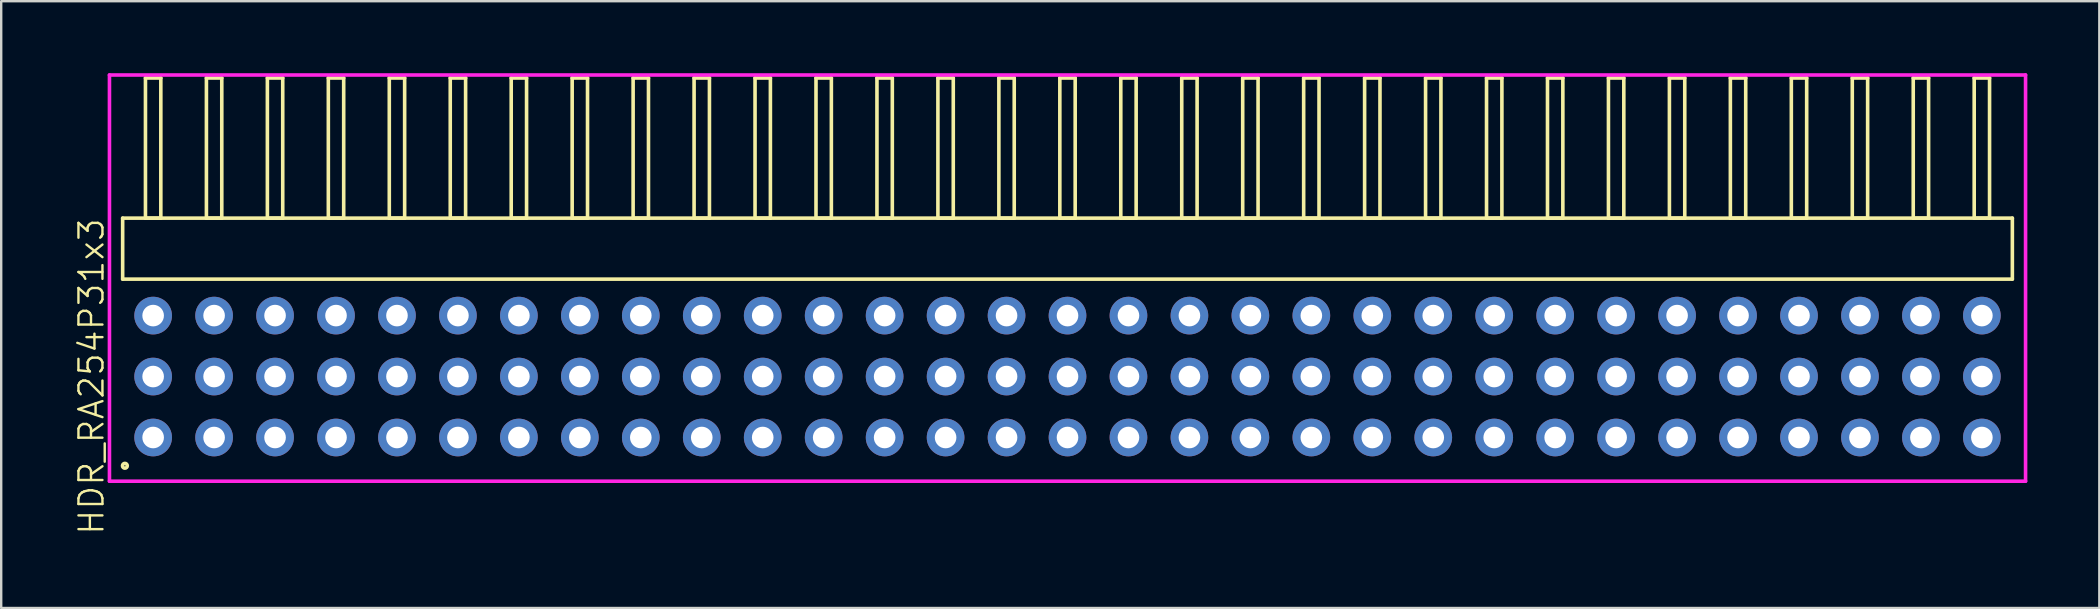
<source format=kicad_pcb>
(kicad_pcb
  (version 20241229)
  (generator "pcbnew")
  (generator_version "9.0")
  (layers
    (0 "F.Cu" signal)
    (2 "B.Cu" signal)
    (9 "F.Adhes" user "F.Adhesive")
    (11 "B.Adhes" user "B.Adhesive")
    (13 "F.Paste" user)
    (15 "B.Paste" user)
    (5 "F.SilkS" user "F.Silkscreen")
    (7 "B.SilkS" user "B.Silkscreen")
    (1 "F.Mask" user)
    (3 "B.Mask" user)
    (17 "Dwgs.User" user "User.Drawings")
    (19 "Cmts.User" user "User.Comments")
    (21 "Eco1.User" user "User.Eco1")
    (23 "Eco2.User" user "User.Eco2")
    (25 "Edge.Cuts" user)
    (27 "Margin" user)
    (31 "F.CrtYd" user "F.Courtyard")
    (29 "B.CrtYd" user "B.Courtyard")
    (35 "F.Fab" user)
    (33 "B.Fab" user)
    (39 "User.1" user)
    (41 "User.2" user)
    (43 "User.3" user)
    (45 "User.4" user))
  (footprint "HDR_RA254P31x3"
    (layer "F.Cu")
    (at 41.431 12.64)
    (property "Reference" "HDR_RA254P31x3" (at -40.67 0 90) (layer "F.SilkS") (effects (font (size 1 1) (thickness 0.1))))
    (attr through_hole)
    (fp_line (start -39.37 -6.6) (end -39.37 -4.06) (stroke (width 0.15) (type solid)) (layer "F.SilkS"))
    (fp_line (start -39.37 -4.06) (end 39.37 -4.06) (stroke (width 0.15) (type solid)) (layer "F.SilkS"))
    (fp_line (start -38.42 -12.44) (end -38.42 -6.6) (stroke (width 0.15) (type solid)) (layer "F.SilkS"))
    (fp_line (start -38.42 -6.6) (end -37.78 -6.6) (stroke (width 0.15) (type solid)) (layer "F.SilkS"))
    (fp_line (start -37.78 -12.44) (end -38.42 -12.44) (stroke (width 0.15) (type solid)) (layer "F.SilkS"))
    (fp_line (start -37.78 -6.6) (end -37.78 -12.44) (stroke (width 0.15) (type solid)) (layer "F.SilkS"))
    (fp_line (start -35.88 -12.44) (end -35.88 -6.6) (stroke (width 0.15) (type solid)) (layer "F.SilkS"))
    (fp_line (start -35.88 -6.6) (end -35.24 -6.6) (stroke (width 0.15) (type solid)) (layer "F.SilkS"))
    (fp_line (start -35.24 -12.44) (end -35.88 -12.44) (stroke (width 0.15) (type solid)) (layer "F.SilkS"))
    (fp_line (start -35.24 -6.6) (end -35.24 -12.44) (stroke (width 0.15) (type solid)) (layer "F.SilkS"))
    (fp_line (start -33.34 -12.44) (end -33.34 -6.6) (stroke (width 0.15) (type solid)) (layer "F.SilkS"))
    (fp_line (start -33.34 -6.6) (end -32.7 -6.6) (stroke (width 0.15) (type solid)) (layer "F.SilkS"))
    (fp_line (start -32.7 -12.44) (end -33.34 -12.44) (stroke (width 0.15) (type solid)) (layer "F.SilkS"))
    (fp_line (start -32.7 -6.6) (end -32.7 -12.44) (stroke (width 0.15) (type solid)) (layer "F.SilkS"))
    (fp_line (start -30.8 -12.44) (end -30.8 -6.6) (stroke (width 0.15) (type solid)) (layer "F.SilkS"))
    (fp_line (start -30.8 -6.6) (end -30.16 -6.6) (stroke (width 0.15) (type solid)) (layer "F.SilkS"))
    (fp_line (start -30.16 -12.44) (end -30.8 -12.44) (stroke (width 0.15) (type solid)) (layer "F.SilkS"))
    (fp_line (start -30.16 -6.6) (end -30.16 -12.44) (stroke (width 0.15) (type solid)) (layer "F.SilkS"))
    (fp_line (start -28.26 -12.44) (end -28.26 -6.6) (stroke (width 0.15) (type solid)) (layer "F.SilkS"))
    (fp_line (start -28.26 -6.6) (end -27.62 -6.6) (stroke (width 0.15) (type solid)) (layer "F.SilkS"))
    (fp_line (start -27.62 -12.44) (end -28.26 -12.44) (stroke (width 0.15) (type solid)) (layer "F.SilkS"))
    (fp_line (start -27.62 -6.6) (end -27.62 -12.44) (stroke (width 0.15) (type solid)) (layer "F.SilkS"))
    (fp_line (start -25.72 -12.44) (end -25.72 -6.6) (stroke (width 0.15) (type solid)) (layer "F.SilkS"))
    (fp_line (start -25.72 -6.6) (end -25.08 -6.6) (stroke (width 0.15) (type solid)) (layer "F.SilkS"))
    (fp_line (start -25.08 -12.44) (end -25.72 -12.44) (stroke (width 0.15) (type solid)) (layer "F.SilkS"))
    (fp_line (start -25.08 -6.6) (end -25.08 -12.44) (stroke (width 0.15) (type solid)) (layer "F.SilkS"))
    (fp_line (start -23.18 -12.44) (end -23.18 -6.6) (stroke (width 0.15) (type solid)) (layer "F.SilkS"))
    (fp_line (start -23.18 -6.6) (end -22.54 -6.6) (stroke (width 0.15) (type solid)) (layer "F.SilkS"))
    (fp_line (start -22.54 -12.44) (end -23.18 -12.44) (stroke (width 0.15) (type solid)) (layer "F.SilkS"))
    (fp_line (start -22.54 -6.6) (end -22.54 -12.44) (stroke (width 0.15) (type solid)) (layer "F.SilkS"))
    (fp_line (start -20.64 -12.44) (end -20.64 -6.6) (stroke (width 0.15) (type solid)) (layer "F.SilkS"))
    (fp_line (start -20.64 -6.6) (end -20 -6.6) (stroke (width 0.15) (type solid)) (layer "F.SilkS"))
    (fp_line (start -20 -12.44) (end -20.64 -12.44) (stroke (width 0.15) (type solid)) (layer "F.SilkS"))
    (fp_line (start -20 -6.6) (end -20 -12.44) (stroke (width 0.15) (type solid)) (layer "F.SilkS"))
    (fp_line (start -18.1 -12.44) (end -18.1 -6.6) (stroke (width 0.15) (type solid)) (layer "F.SilkS"))
    (fp_line (start -18.1 -6.6) (end -17.46 -6.6) (stroke (width 0.15) (type solid)) (layer "F.SilkS"))
    (fp_line (start -17.46 -12.44) (end -18.1 -12.44) (stroke (width 0.15) (type solid)) (layer "F.SilkS"))
    (fp_line (start -17.46 -6.6) (end -17.46 -12.44) (stroke (width 0.15) (type solid)) (layer "F.SilkS"))
    (fp_line (start -15.56 -12.44) (end -15.56 -6.6) (stroke (width 0.15) (type solid)) (layer "F.SilkS"))
    (fp_line (start -15.56 -6.6) (end -14.92 -6.6) (stroke (width 0.15) (type solid)) (layer "F.SilkS"))
    (fp_line (start -14.92 -12.44) (end -15.56 -12.44) (stroke (width 0.15) (type solid)) (layer "F.SilkS"))
    (fp_line (start -14.92 -6.6) (end -14.92 -12.44) (stroke (width 0.15) (type solid)) (layer "F.SilkS"))
    (fp_line (start -13.02 -12.44) (end -13.02 -6.6) (stroke (width 0.15) (type solid)) (layer "F.SilkS"))
    (fp_line (start -13.02 -6.6) (end -12.38 -6.6) (stroke (width 0.15) (type solid)) (layer "F.SilkS"))
    (fp_line (start -12.38 -12.44) (end -13.02 -12.44) (stroke (width 0.15) (type solid)) (layer "F.SilkS"))
    (fp_line (start -12.38 -6.6) (end -12.38 -12.44) (stroke (width 0.15) (type solid)) (layer "F.SilkS"))
    (fp_line (start -10.48 -12.44) (end -10.48 -6.6) (stroke (width 0.15) (type solid)) (layer "F.SilkS"))
    (fp_line (start -10.48 -6.6) (end -9.84 -6.6) (stroke (width 0.15) (type solid)) (layer "F.SilkS"))
    (fp_line (start -9.84 -12.44) (end -10.48 -12.44) (stroke (width 0.15) (type solid)) (layer "F.SilkS"))
    (fp_line (start -9.84 -6.6) (end -9.84 -12.44) (stroke (width 0.15) (type solid)) (layer "F.SilkS"))
    (fp_line (start -7.94 -12.44) (end -7.94 -6.6) (stroke (width 0.15) (type solid)) (layer "F.SilkS"))
    (fp_line (start -7.94 -6.6) (end -7.3 -6.6) (stroke (width 0.15) (type solid)) (layer "F.SilkS"))
    (fp_line (start -7.3 -12.44) (end -7.94 -12.44) (stroke (width 0.15) (type solid)) (layer "F.SilkS"))
    (fp_line (start -7.3 -6.6) (end -7.3 -12.44) (stroke (width 0.15) (type solid)) (layer "F.SilkS"))
    (fp_line (start -5.4 -12.44) (end -5.4 -6.6) (stroke (width 0.15) (type solid)) (layer "F.SilkS"))
    (fp_line (start -5.4 -6.6) (end -4.76 -6.6) (stroke (width 0.15) (type solid)) (layer "F.SilkS"))
    (fp_line (start -4.76 -12.44) (end -5.4 -12.44) (stroke (width 0.15) (type solid)) (layer "F.SilkS"))
    (fp_line (start -4.76 -6.6) (end -4.76 -12.44) (stroke (width 0.15) (type solid)) (layer "F.SilkS"))
    (fp_line (start -2.86 -12.44) (end -2.86 -6.6) (stroke (width 0.15) (type solid)) (layer "F.SilkS"))
    (fp_line (start -2.86 -6.6) (end -2.22 -6.6) (stroke (width 0.15) (type solid)) (layer "F.SilkS"))
    (fp_line (start -2.22 -12.44) (end -2.86 -12.44) (stroke (width 0.15) (type solid)) (layer "F.SilkS"))
    (fp_line (start -2.22 -6.6) (end -2.22 -12.44) (stroke (width 0.15) (type solid)) (layer "F.SilkS"))
    (fp_line (start -0.32 -12.44) (end -0.32 -6.6) (stroke (width 0.15) (type solid)) (layer "F.SilkS"))
    (fp_line (start -0.32 -6.6) (end 0.32 -6.6) (stroke (width 0.15) (type solid)) (layer "F.SilkS"))
    (fp_line (start 0.32 -12.44) (end -0.32 -12.44) (stroke (width 0.15) (type solid)) (layer "F.SilkS"))
    (fp_line (start 0.32 -6.6) (end 0.32 -12.44) (stroke (width 0.15) (type solid)) (layer "F.SilkS"))
    (fp_line (start 2.22 -12.44) (end 2.22 -6.6) (stroke (width 0.15) (type solid)) (layer "F.SilkS"))
    (fp_line (start 2.22 -6.6) (end 2.86 -6.6) (stroke (width 0.15) (type solid)) (layer "F.SilkS"))
    (fp_line (start 2.86 -12.44) (end 2.22 -12.44) (stroke (width 0.15) (type solid)) (layer "F.SilkS"))
    (fp_line (start 2.86 -6.6) (end 2.86 -12.44) (stroke (width 0.15) (type solid)) (layer "F.SilkS"))
    (fp_line (start 4.76 -12.44) (end 4.76 -6.6) (stroke (width 0.15) (type solid)) (layer "F.SilkS"))
    (fp_line (start 4.76 -6.6) (end 5.4 -6.6) (stroke (width 0.15) (type solid)) (layer "F.SilkS"))
    (fp_line (start 5.4 -12.44) (end 4.76 -12.44) (stroke (width 0.15) (type solid)) (layer "F.SilkS"))
    (fp_line (start 5.4 -6.6) (end 5.4 -12.44) (stroke (width 0.15) (type solid)) (layer "F.SilkS"))
    (fp_line (start 7.3 -12.44) (end 7.3 -6.6) (stroke (width 0.15) (type solid)) (layer "F.SilkS"))
    (fp_line (start 7.3 -6.6) (end 7.94 -6.6) (stroke (width 0.15) (type solid)) (layer "F.SilkS"))
    (fp_line (start 7.94 -12.44) (end 7.3 -12.44) (stroke (width 0.15) (type solid)) (layer "F.SilkS"))
    (fp_line (start 7.94 -6.6) (end 7.94 -12.44) (stroke (width 0.15) (type solid)) (layer "F.SilkS"))
    (fp_line (start 9.84 -12.44) (end 9.84 -6.6) (stroke (width 0.15) (type solid)) (layer "F.SilkS"))
    (fp_line (start 9.84 -6.6) (end 10.48 -6.6) (stroke (width 0.15) (type solid)) (layer "F.SilkS"))
    (fp_line (start 10.48 -12.44) (end 9.84 -12.44) (stroke (width 0.15) (type solid)) (layer "F.SilkS"))
    (fp_line (start 10.48 -6.6) (end 10.48 -12.44) (stroke (width 0.15) (type solid)) (layer "F.SilkS"))
    (fp_line (start 12.38 -12.44) (end 12.38 -6.6) (stroke (width 0.15) (type solid)) (layer "F.SilkS"))
    (fp_line (start 12.38 -6.6) (end 13.02 -6.6) (stroke (width 0.15) (type solid)) (layer "F.SilkS"))
    (fp_line (start 13.02 -12.44) (end 12.38 -12.44) (stroke (width 0.15) (type solid)) (layer "F.SilkS"))
    (fp_line (start 13.02 -6.6) (end 13.02 -12.44) (stroke (width 0.15) (type solid)) (layer "F.SilkS"))
    (fp_line (start 14.92 -12.44) (end 14.92 -6.6) (stroke (width 0.15) (type solid)) (layer "F.SilkS"))
    (fp_line (start 14.92 -6.6) (end 15.56 -6.6) (stroke (width 0.15) (type solid)) (layer "F.SilkS"))
    (fp_line (start 15.56 -12.44) (end 14.92 -12.44) (stroke (width 0.15) (type solid)) (layer "F.SilkS"))
    (fp_line (start 15.56 -6.6) (end 15.56 -12.44) (stroke (width 0.15) (type solid)) (layer "F.SilkS"))
    (fp_line (start 17.46 -12.44) (end 17.46 -6.6) (stroke (width 0.15) (type solid)) (layer "F.SilkS"))
    (fp_line (start 17.46 -6.6) (end 18.1 -6.6) (stroke (width 0.15) (type solid)) (layer "F.SilkS"))
    (fp_line (start 18.1 -12.44) (end 17.46 -12.44) (stroke (width 0.15) (type solid)) (layer "F.SilkS"))
    (fp_line (start 18.1 -6.6) (end 18.1 -12.44) (stroke (width 0.15) (type solid)) (layer "F.SilkS"))
    (fp_line (start 20 -12.44) (end 20 -6.6) (stroke (width 0.15) (type solid)) (layer "F.SilkS"))
    (fp_line (start 20 -6.6) (end 20.64 -6.6) (stroke (width 0.15) (type solid)) (layer "F.SilkS"))
    (fp_line (start 20.64 -12.44) (end 20 -12.44) (stroke (width 0.15) (type solid)) (layer "F.SilkS"))
    (fp_line (start 20.64 -6.6) (end 20.64 -12.44) (stroke (width 0.15) (type solid)) (layer "F.SilkS"))
    (fp_line (start 22.54 -12.44) (end 22.54 -6.6) (stroke (width 0.15) (type solid)) (layer "F.SilkS"))
    (fp_line (start 22.54 -6.6) (end 23.18 -6.6) (stroke (width 0.15) (type solid)) (layer "F.SilkS"))
    (fp_line (start 23.18 -12.44) (end 22.54 -12.44) (stroke (width 0.15) (type solid)) (layer "F.SilkS"))
    (fp_line (start 23.18 -6.6) (end 23.18 -12.44) (stroke (width 0.15) (type solid)) (layer "F.SilkS"))
    (fp_line (start 25.08 -12.44) (end 25.08 -6.6) (stroke (width 0.15) (type solid)) (layer "F.SilkS"))
    (fp_line (start 25.08 -6.6) (end 25.72 -6.6) (stroke (width 0.15) (type solid)) (layer "F.SilkS"))
    (fp_line (start 25.72 -12.44) (end 25.08 -12.44) (stroke (width 0.15) (type solid)) (layer "F.SilkS"))
    (fp_line (start 25.72 -6.6) (end 25.72 -12.44) (stroke (width 0.15) (type solid)) (layer "F.SilkS"))
    (fp_line (start 27.62 -12.44) (end 27.62 -6.6) (stroke (width 0.15) (type solid)) (layer "F.SilkS"))
    (fp_line (start 27.62 -6.6) (end 28.26 -6.6) (stroke (width 0.15) (type solid)) (layer "F.SilkS"))
    (fp_line (start 28.26 -12.44) (end 27.62 -12.44) (stroke (width 0.15) (type solid)) (layer "F.SilkS"))
    (fp_line (start 28.26 -6.6) (end 28.26 -12.44) (stroke (width 0.15) (type solid)) (layer "F.SilkS"))
    (fp_line (start 30.16 -12.44) (end 30.16 -6.6) (stroke (width 0.15) (type solid)) (layer "F.SilkS"))
    (fp_line (start 30.16 -6.6) (end 30.8 -6.6) (stroke (width 0.15) (type solid)) (layer "F.SilkS"))
    (fp_line (start 30.8 -12.44) (end 30.16 -12.44) (stroke (width 0.15) (type solid)) (layer "F.SilkS"))
    (fp_line (start 30.8 -6.6) (end 30.8 -12.44) (stroke (width 0.15) (type solid)) (layer "F.SilkS"))
    (fp_line (start 32.7 -12.44) (end 32.7 -6.6) (stroke (width 0.15) (type solid)) (layer "F.SilkS"))
    (fp_line (start 32.7 -6.6) (end 33.34 -6.6) (stroke (width 0.15) (type solid)) (layer "F.SilkS"))
    (fp_line (start 33.34 -12.44) (end 32.7 -12.44) (stroke (width 0.15) (type solid)) (layer "F.SilkS"))
    (fp_line (start 33.34 -6.6) (end 33.34 -12.44) (stroke (width 0.15) (type solid)) (layer "F.SilkS"))
    (fp_line (start 35.24 -12.44) (end 35.24 -6.6) (stroke (width 0.15) (type solid)) (layer "F.SilkS"))
    (fp_line (start 35.24 -6.6) (end 35.88 -6.6) (stroke (width 0.15) (type solid)) (layer "F.SilkS"))
    (fp_line (start 35.88 -12.44) (end 35.24 -12.44) (stroke (width 0.15) (type solid)) (layer "F.SilkS"))
    (fp_line (start 35.88 -6.6) (end 35.88 -12.44) (stroke (width 0.15) (type solid)) (layer "F.SilkS"))
    (fp_line (start 37.78 -12.44) (end 37.78 -6.6) (stroke (width 0.15) (type solid)) (layer "F.SilkS"))
    (fp_line (start 37.78 -6.6) (end 38.42 -6.6) (stroke (width 0.15) (type solid)) (layer "F.SilkS"))
    (fp_line (start 38.42 -12.44) (end 37.78 -12.44) (stroke (width 0.15) (type solid)) (layer "F.SilkS"))
    (fp_line (start 38.42 -6.6) (end 38.42 -12.44) (stroke (width 0.15) (type solid)) (layer "F.SilkS"))
    (fp_line (start 39.37 -6.6) (end -39.37 -6.6) (stroke (width 0.15) (type solid)) (layer "F.SilkS"))
    (fp_line (start 39.37 -4.06) (end 39.37 -6.6) (stroke (width 0.15) (type solid)) (layer "F.SilkS"))
    (fp_circle (center -39.277 3.718) (end -39.177 3.718) (stroke (width 0.15) (type solid)) (fill no) (layer "F.SilkS"))
    (fp_line (start -39.92 -12.565) (end -39.92 4.36) (stroke (width 0.15) (type solid)) (layer "F.CrtYd"))
    (fp_line (start -39.92 4.36) (end 39.92 4.36) (stroke (width 0.15) (type solid)) (layer "F.CrtYd"))
    (fp_line (start 39.92 -12.565) (end -39.92 -12.565) (stroke (width 0.15) (type solid)) (layer "F.CrtYd"))
    (fp_line (start 39.92 4.36) (end 39.92 -12.565) (stroke (width 0.15) (type solid)) (layer "F.CrtYd"))
    (pad "1" thru_hole oval (at -38.1 2.54) (size 1.57 1.57) (drill 0.9) (layers "*.Cu" "*.Mask"))
    (pad "2" thru_hole oval (at -38.1 0) (size 1.57 1.57) (drill 0.9) (layers "*.Cu" "*.Mask"))
    (pad "3" thru_hole oval (at -38.1 -2.54) (size 1.57 1.57) (drill 0.9) (layers "*.Cu" "*.Mask"))
    (pad "4" thru_hole oval (at -35.56 2.54) (size 1.57 1.57) (drill 0.9) (layers "*.Cu" "*.Mask"))
    (pad "5" thru_hole oval (at -35.56 0) (size 1.57 1.57) (drill 0.9) (layers "*.Cu" "*.Mask"))
    (pad "6" thru_hole oval (at -35.56 -2.54) (size 1.57 1.57) (drill 0.9) (layers "*.Cu" "*.Mask"))
    (pad "7" thru_hole oval (at -33.02 2.54) (size 1.57 1.57) (drill 0.9) (layers "*.Cu" "*.Mask"))
    (pad "8" thru_hole oval (at -33.02 0) (size 1.57 1.57) (drill 0.9) (layers "*.Cu" "*.Mask"))
    (pad "9" thru_hole oval (at -33.02 -2.54) (size 1.57 1.57) (drill 0.9) (layers "*.Cu" "*.Mask"))
    (pad "10" thru_hole oval (at -30.48 2.54) (size 1.57 1.57) (drill 0.9) (layers "*.Cu" "*.Mask"))
    (pad "11" thru_hole oval (at -30.48 0) (size 1.57 1.57) (drill 0.9) (layers "*.Cu" "*.Mask"))
    (pad "12" thru_hole oval (at -30.48 -2.54) (size 1.57 1.57) (drill 0.9) (layers "*.Cu" "*.Mask"))
    (pad "13" thru_hole oval (at -27.94 2.54) (size 1.57 1.57) (drill 0.9) (layers "*.Cu" "*.Mask"))
    (pad "14" thru_hole oval (at -27.94 0) (size 1.57 1.57) (drill 0.9) (layers "*.Cu" "*.Mask"))
    (pad "15" thru_hole oval (at -27.94 -2.54) (size 1.57 1.57) (drill 0.9) (layers "*.Cu" "*.Mask"))
    (pad "16" thru_hole oval (at -25.4 2.54) (size 1.57 1.57) (drill 0.9) (layers "*.Cu" "*.Mask"))
    (pad "17" thru_hole oval (at -25.4 0) (size 1.57 1.57) (drill 0.9) (layers "*.Cu" "*.Mask"))
    (pad "18" thru_hole oval (at -25.4 -2.54) (size 1.57 1.57) (drill 0.9) (layers "*.Cu" "*.Mask"))
    (pad "19" thru_hole oval (at -22.86 2.54) (size 1.57 1.57) (drill 0.9) (layers "*.Cu" "*.Mask"))
    (pad "20" thru_hole oval (at -22.86 0) (size 1.57 1.57) (drill 0.9) (layers "*.Cu" "*.Mask"))
    (pad "21" thru_hole oval (at -22.86 -2.54) (size 1.57 1.57) (drill 0.9) (layers "*.Cu" "*.Mask"))
    (pad "22" thru_hole oval (at -20.32 2.54) (size 1.57 1.57) (drill 0.9) (layers "*.Cu" "*.Mask"))
    (pad "23" thru_hole oval (at -20.32 0) (size 1.57 1.57) (drill 0.9) (layers "*.Cu" "*.Mask"))
    (pad "24" thru_hole oval (at -20.32 -2.54) (size 1.57 1.57) (drill 0.9) (layers "*.Cu" "*.Mask"))
    (pad "25" thru_hole oval (at -17.78 2.54) (size 1.57 1.57) (drill 0.9) (layers "*.Cu" "*.Mask"))
    (pad "26" thru_hole oval (at -17.78 0) (size 1.57 1.57) (drill 0.9) (layers "*.Cu" "*.Mask"))
    (pad "27" thru_hole oval (at -17.78 -2.54) (size 1.57 1.57) (drill 0.9) (layers "*.Cu" "*.Mask"))
    (pad "28" thru_hole oval (at -15.24 2.54) (size 1.57 1.57) (drill 0.9) (layers "*.Cu" "*.Mask"))
    (pad "29" thru_hole oval (at -15.24 0) (size 1.57 1.57) (drill 0.9) (layers "*.Cu" "*.Mask"))
    (pad "30" thru_hole oval (at -15.24 -2.54) (size 1.57 1.57) (drill 0.9) (layers "*.Cu" "*.Mask"))
    (pad "31" thru_hole oval (at -12.7 2.54) (size 1.57 1.57) (drill 0.9) (layers "*.Cu" "*.Mask"))
    (pad "32" thru_hole oval (at -12.7 0) (size 1.57 1.57) (drill 0.9) (layers "*.Cu" "*.Mask"))
    (pad "33" thru_hole oval (at -12.7 -2.54) (size 1.57 1.57) (drill 0.9) (layers "*.Cu" "*.Mask"))
    (pad "34" thru_hole oval (at -10.16 2.54) (size 1.57 1.57) (drill 0.9) (layers "*.Cu" "*.Mask"))
    (pad "35" thru_hole oval (at -10.16 0) (size 1.57 1.57) (drill 0.9) (layers "*.Cu" "*.Mask"))
    (pad "36" thru_hole oval (at -10.16 -2.54) (size 1.57 1.57) (drill 0.9) (layers "*.Cu" "*.Mask"))
    (pad "37" thru_hole oval (at -7.62 2.54) (size 1.57 1.57) (drill 0.9) (layers "*.Cu" "*.Mask"))
    (pad "38" thru_hole oval (at -7.62 0) (size 1.57 1.57) (drill 0.9) (layers "*.Cu" "*.Mask"))
    (pad "39" thru_hole oval (at -7.62 -2.54) (size 1.57 1.57) (drill 0.9) (layers "*.Cu" "*.Mask"))
    (pad "40" thru_hole oval (at -5.08 2.54) (size 1.57 1.57) (drill 0.9) (layers "*.Cu" "*.Mask"))
    (pad "41" thru_hole oval (at -5.08 0) (size 1.57 1.57) (drill 0.9) (layers "*.Cu" "*.Mask"))
    (pad "42" thru_hole oval (at -5.08 -2.54) (size 1.57 1.57) (drill 0.9) (layers "*.Cu" "*.Mask"))
    (pad "43" thru_hole oval (at -2.54 2.54) (size 1.57 1.57) (drill 0.9) (layers "*.Cu" "*.Mask"))
    (pad "44" thru_hole oval (at -2.54 0) (size 1.57 1.57) (drill 0.9) (layers "*.Cu" "*.Mask"))
    (pad "45" thru_hole oval (at -2.54 -2.54) (size 1.57 1.57) (drill 0.9) (layers "*.Cu" "*.Mask"))
    (pad "46" thru_hole oval (at 0 2.54) (size 1.57 1.57) (drill 0.9) (layers "*.Cu" "*.Mask"))
    (pad "47" thru_hole oval (at 0 0) (size 1.57 1.57) (drill 0.9) (layers "*.Cu" "*.Mask"))
    (pad "48" thru_hole oval (at 0 -2.54) (size 1.57 1.57) (drill 0.9) (layers "*.Cu" "*.Mask"))
    (pad "49" thru_hole oval (at 2.54 2.54) (size 1.57 1.57) (drill 0.9) (layers "*.Cu" "*.Mask"))
    (pad "50" thru_hole oval (at 2.54 0) (size 1.57 1.57) (drill 0.9) (layers "*.Cu" "*.Mask"))
    (pad "51" thru_hole oval (at 2.54 -2.54) (size 1.57 1.57) (drill 0.9) (layers "*.Cu" "*.Mask"))
    (pad "52" thru_hole oval (at 5.08 2.54) (size 1.57 1.57) (drill 0.9) (layers "*.Cu" "*.Mask"))
    (pad "53" thru_hole oval (at 5.08 0) (size 1.57 1.57) (drill 0.9) (layers "*.Cu" "*.Mask"))
    (pad "54" thru_hole oval (at 5.08 -2.54) (size 1.57 1.57) (drill 0.9) (layers "*.Cu" "*.Mask"))
    (pad "55" thru_hole oval (at 7.62 2.54) (size 1.57 1.57) (drill 0.9) (layers "*.Cu" "*.Mask"))
    (pad "56" thru_hole oval (at 7.62 0) (size 1.57 1.57) (drill 0.9) (layers "*.Cu" "*.Mask"))
    (pad "57" thru_hole oval (at 7.62 -2.54) (size 1.57 1.57) (drill 0.9) (layers "*.Cu" "*.Mask"))
    (pad "58" thru_hole oval (at 10.16 2.54) (size 1.57 1.57) (drill 0.9) (layers "*.Cu" "*.Mask"))
    (pad "59" thru_hole oval (at 10.16 0) (size 1.57 1.57) (drill 0.9) (layers "*.Cu" "*.Mask"))
    (pad "60" thru_hole oval (at 10.16 -2.54) (size 1.57 1.57) (drill 0.9) (layers "*.Cu" "*.Mask"))
    (pad "61" thru_hole oval (at 12.7 2.54) (size 1.57 1.57) (drill 0.9) (layers "*.Cu" "*.Mask"))
    (pad "62" thru_hole oval (at 12.7 0) (size 1.57 1.57) (drill 0.9) (layers "*.Cu" "*.Mask"))
    (pad "63" thru_hole oval (at 12.7 -2.54) (size 1.57 1.57) (drill 0.9) (layers "*.Cu" "*.Mask"))
    (pad "64" thru_hole oval (at 15.24 2.54) (size 1.57 1.57) (drill 0.9) (layers "*.Cu" "*.Mask"))
    (pad "65" thru_hole oval (at 15.24 0) (size 1.57 1.57) (drill 0.9) (layers "*.Cu" "*.Mask"))
    (pad "66" thru_hole oval (at 15.24 -2.54) (size 1.57 1.57) (drill 0.9) (layers "*.Cu" "*.Mask"))
    (pad "67" thru_hole oval (at 17.78 2.54) (size 1.57 1.57) (drill 0.9) (layers "*.Cu" "*.Mask"))
    (pad "68" thru_hole oval (at 17.78 0) (size 1.57 1.57) (drill 0.9) (layers "*.Cu" "*.Mask"))
    (pad "69" thru_hole oval (at 17.78 -2.54) (size 1.57 1.57) (drill 0.9) (layers "*.Cu" "*.Mask"))
    (pad "70" thru_hole oval (at 20.32 2.54) (size 1.57 1.57) (drill 0.9) (layers "*.Cu" "*.Mask"))
    (pad "71" thru_hole oval (at 20.32 0) (size 1.57 1.57) (drill 0.9) (layers "*.Cu" "*.Mask"))
    (pad "72" thru_hole oval (at 20.32 -2.54) (size 1.57 1.57) (drill 0.9) (layers "*.Cu" "*.Mask"))
    (pad "73" thru_hole oval (at 22.86 2.54) (size 1.57 1.57) (drill 0.9) (layers "*.Cu" "*.Mask"))
    (pad "74" thru_hole oval (at 22.86 0) (size 1.57 1.57) (drill 0.9) (layers "*.Cu" "*.Mask"))
    (pad "75" thru_hole oval (at 22.86 -2.54) (size 1.57 1.57) (drill 0.9) (layers "*.Cu" "*.Mask"))
    (pad "76" thru_hole oval (at 25.4 2.54) (size 1.57 1.57) (drill 0.9) (layers "*.Cu" "*.Mask"))
    (pad "77" thru_hole oval (at 25.4 0) (size 1.57 1.57) (drill 0.9) (layers "*.Cu" "*.Mask"))
    (pad "78" thru_hole oval (at 25.4 -2.54) (size 1.57 1.57) (drill 0.9) (layers "*.Cu" "*.Mask"))
    (pad "79" thru_hole oval (at 27.94 2.54) (size 1.57 1.57) (drill 0.9) (layers "*.Cu" "*.Mask"))
    (pad "80" thru_hole oval (at 27.94 0) (size 1.57 1.57) (drill 0.9) (layers "*.Cu" "*.Mask"))
    (pad "81" thru_hole oval (at 27.94 -2.54) (size 1.57 1.57) (drill 0.9) (layers "*.Cu" "*.Mask"))
    (pad "82" thru_hole oval (at 30.48 2.54) (size 1.57 1.57) (drill 0.9) (layers "*.Cu" "*.Mask"))
    (pad "83" thru_hole oval (at 30.48 0) (size 1.57 1.57) (drill 0.9) (layers "*.Cu" "*.Mask"))
    (pad "84" thru_hole oval (at 30.48 -2.54) (size 1.57 1.57) (drill 0.9) (layers "*.Cu" "*.Mask"))
    (pad "85" thru_hole oval (at 33.02 2.54) (size 1.57 1.57) (drill 0.9) (layers "*.Cu" "*.Mask"))
    (pad "86" thru_hole oval (at 33.02 0) (size 1.57 1.57) (drill 0.9) (layers "*.Cu" "*.Mask"))
    (pad "87" thru_hole oval (at 33.02 -2.54) (size 1.57 1.57) (drill 0.9) (layers "*.Cu" "*.Mask"))
    (pad "88" thru_hole oval (at 35.56 2.54) (size 1.57 1.57) (drill 0.9) (layers "*.Cu" "*.Mask"))
    (pad "89" thru_hole oval (at 35.56 0) (size 1.57 1.57) (drill 0.9) (layers "*.Cu" "*.Mask"))
    (pad "90" thru_hole oval (at 35.56 -2.54) (size 1.57 1.57) (drill 0.9) (layers "*.Cu" "*.Mask"))
    (pad "91" thru_hole oval (at 38.1 2.54) (size 1.57 1.57) (drill 0.9) (layers "*.Cu" "*.Mask"))
    (pad "92" thru_hole oval (at 38.1 0) (size 1.57 1.57) (drill 0.9) (layers "*.Cu" "*.Mask"))
    (pad "93" thru_hole oval (at 38.1 -2.54) (size 1.57 1.57) (drill 0.9) (layers "*.Cu" "*.Mask")))
  (gr_rect
    (start -3 -3)
    (end 84.425 22.285)
    (stroke (width 0.1) (type default))
    (fill no)
    (layer "Edge.Cuts")))
</source>
